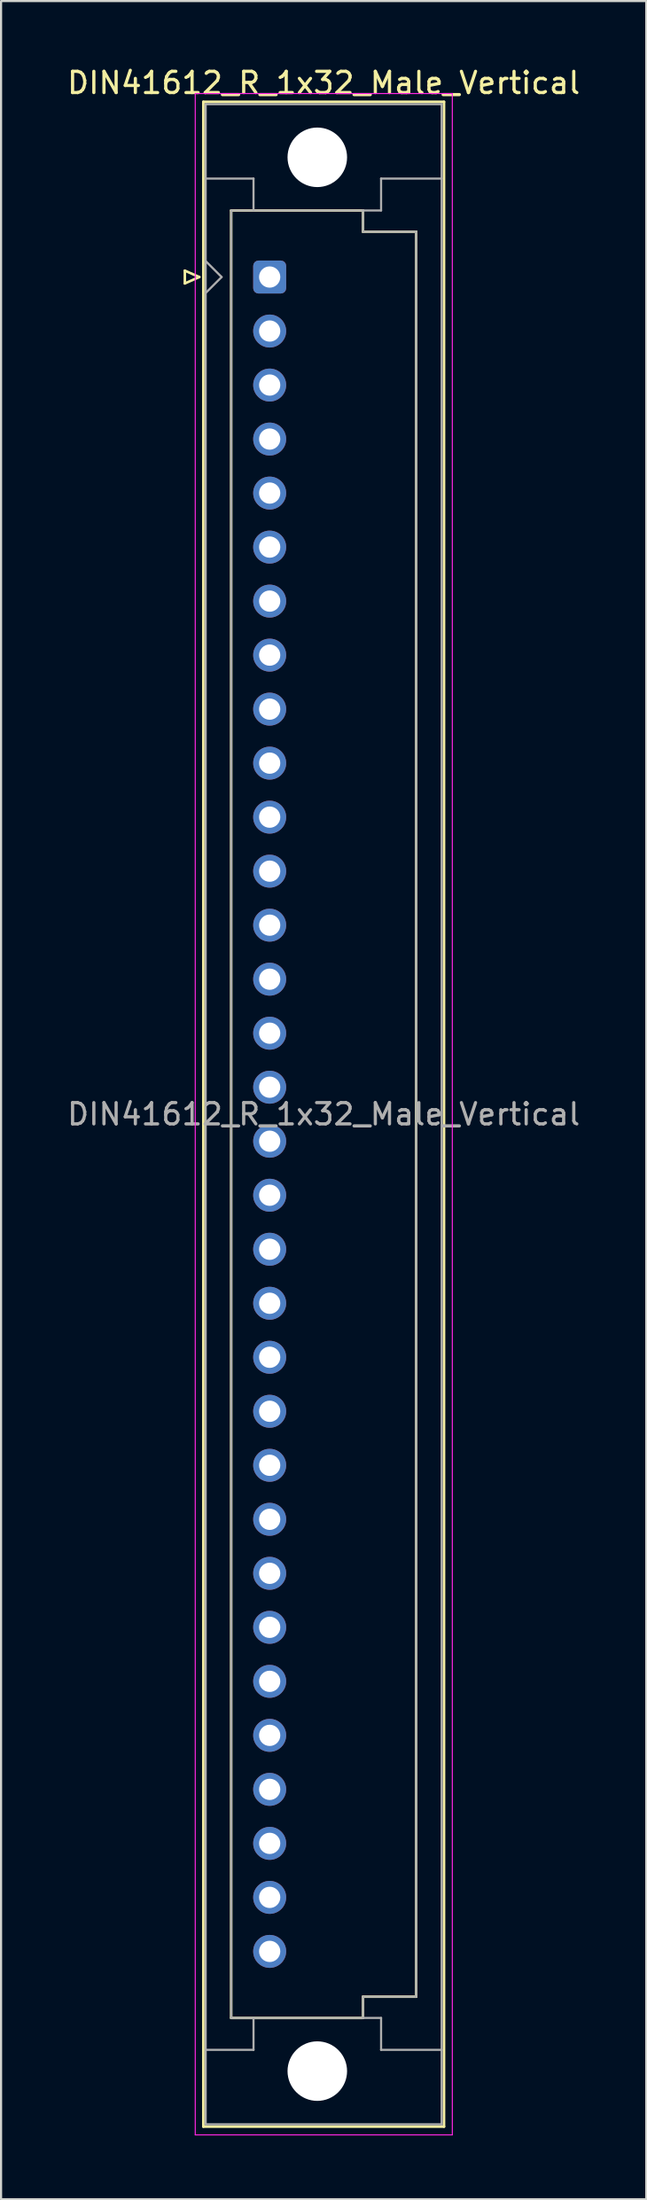
<source format=kicad_pcb>
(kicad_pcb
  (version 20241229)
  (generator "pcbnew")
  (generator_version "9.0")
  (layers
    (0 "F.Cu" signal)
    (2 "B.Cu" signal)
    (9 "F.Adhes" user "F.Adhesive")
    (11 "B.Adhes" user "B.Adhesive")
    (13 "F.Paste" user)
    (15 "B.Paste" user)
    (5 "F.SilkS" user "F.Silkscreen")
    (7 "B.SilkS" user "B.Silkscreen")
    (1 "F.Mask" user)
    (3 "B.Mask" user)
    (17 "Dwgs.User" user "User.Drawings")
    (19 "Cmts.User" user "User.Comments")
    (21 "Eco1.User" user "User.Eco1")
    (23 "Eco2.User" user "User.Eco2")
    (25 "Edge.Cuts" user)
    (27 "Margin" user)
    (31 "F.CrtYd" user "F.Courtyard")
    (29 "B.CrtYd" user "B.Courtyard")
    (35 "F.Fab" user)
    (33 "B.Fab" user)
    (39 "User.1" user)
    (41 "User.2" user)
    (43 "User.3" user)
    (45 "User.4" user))
  (footprint "DIN41612_R_1x32_Male_Vertical"
    (layer "F.Cu")
    (at 9.633 9.978)
    (property "Reference" "DIN41612_R_1x32_Male_Vertical" (at 2.54 -9.13 0) (layer "F.SilkS") (effects (font (size 1 1) (thickness 0.15))))
    (attr through_hole)
    (fp_line (start -3.99 -0.3) (end -3.99 0.3) (stroke (width 0.12) (type solid)) (layer "F.SilkS"))
    (fp_line (start -3.99 0.3) (end -3.31 0) (stroke (width 0.12) (type solid)) (layer "F.SilkS"))
    (fp_line (start -3.31 0) (end -3.99 -0.3) (stroke (width 0.12) (type solid)) (layer "F.SilkS"))
    (fp_line (start -3.12 -8.24) (end 8.2 -8.24) (stroke (width 0.12) (type solid)) (layer "F.SilkS"))
    (fp_line (start -3.12 86.98) (end -3.12 -8.24) (stroke (width 0.12) (type solid)) (layer "F.SilkS"))
    (fp_line (start -1.81 -3.13) (end 4.39 -3.13) (stroke (width 0.12) (type solid)) (layer "F.SilkS"))
    (fp_line (start -1.81 81.87) (end -1.81 -3.13) (stroke (width 0.12) (type solid)) (layer "F.SilkS"))
    (fp_line (start 4.39 -3.13) (end 4.39 -2.13) (stroke (width 0.12) (type solid)) (layer "F.SilkS"))
    (fp_line (start 4.39 -2.13) (end 6.89 -2.13) (stroke (width 0.12) (type solid)) (layer "F.SilkS"))
    (fp_line (start 4.39 80.87) (end 4.39 81.87) (stroke (width 0.12) (type solid)) (layer "F.SilkS"))
    (fp_line (start 4.39 81.87) (end -1.81 81.87) (stroke (width 0.12) (type solid)) (layer "F.SilkS"))
    (fp_line (start 6.89 -2.13) (end 6.89 80.87) (stroke (width 0.12) (type solid)) (layer "F.SilkS"))
    (fp_line (start 6.89 80.87) (end 4.39 80.87) (stroke (width 0.12) (type solid)) (layer "F.SilkS"))
    (fp_line (start 8.2 -8.24) (end 8.2 86.98) (stroke (width 0.12) (type solid)) (layer "F.SilkS"))
    (fp_line (start 8.2 86.98) (end -3.12 86.98) (stroke (width 0.12) (type solid)) (layer "F.SilkS"))
    (fp_line (start -3.5 -8.63) (end 8.59 -8.63) (stroke (width 0.05) (type solid)) (layer "F.CrtYd"))
    (fp_line (start -3.5 87.37) (end -3.5 -8.63) (stroke (width 0.05) (type solid)) (layer "F.CrtYd"))
    (fp_line (start 8.59 -8.63) (end 8.59 87.37) (stroke (width 0.05) (type solid)) (layer "F.CrtYd"))
    (fp_line (start 8.59 87.37) (end -3.5 87.37) (stroke (width 0.05) (type solid)) (layer "F.CrtYd"))
    (fp_line (start -3.01 -8.13) (end 8.09 -8.13) (stroke (width 0.1) (type solid)) (layer "F.Fab"))
    (fp_line (start -3.01 -4.63) (end -0.76 -4.63) (stroke (width 0.1) (type solid)) (layer "F.Fab"))
    (fp_line (start -3.01 -0.75) (end -2.26 0) (stroke (width 0.1) (type solid)) (layer "F.Fab"))
    (fp_line (start -3.01 83.37) (end -0.76 83.37) (stroke (width 0.1) (type solid)) (layer "F.Fab"))
    (fp_line (start -3.01 86.87) (end -3.01 -8.13) (stroke (width 0.1) (type solid)) (layer "F.Fab"))
    (fp_line (start -2.26 0) (end -3.01 0.75) (stroke (width 0.1) (type solid)) (layer "F.Fab"))
    (fp_line (start -1.81 -3.13) (end 4.39 -3.13) (stroke (width 0.1) (type solid)) (layer "F.Fab"))
    (fp_line (start -1.81 81.87) (end -1.81 -3.13) (stroke (width 0.1) (type solid)) (layer "F.Fab"))
    (fp_line (start -0.76 -4.63) (end -0.76 -3.13) (stroke (width 0.1) (type solid)) (layer "F.Fab"))
    (fp_line (start -0.76 83.37) (end -0.76 81.87) (stroke (width 0.1) (type solid)) (layer "F.Fab"))
    (fp_line (start 4.39 -3.13) (end 4.39 -2.13) (stroke (width 0.1) (type solid)) (layer "F.Fab"))
    (fp_line (start 4.39 -3.13) (end 5.24 -3.13) (stroke (width 0.1) (type solid)) (layer "F.Fab"))
    (fp_line (start 4.39 -2.13) (end 6.89 -2.13) (stroke (width 0.1) (type solid)) (layer "F.Fab"))
    (fp_line (start 4.39 80.87) (end 4.39 81.87) (stroke (width 0.1) (type solid)) (layer "F.Fab"))
    (fp_line (start 4.39 81.87) (end -1.81 81.87) (stroke (width 0.1) (type solid)) (layer "F.Fab"))
    (fp_line (start 4.39 81.87) (end 5.24 81.87) (stroke (width 0.1) (type solid)) (layer "F.Fab"))
    (fp_line (start 5.24 -4.63) (end 8.09 -4.63) (stroke (width 0.1) (type solid)) (layer "F.Fab"))
    (fp_line (start 5.24 -3.13) (end 5.24 -4.63) (stroke (width 0.1) (type solid)) (layer "F.Fab"))
    (fp_line (start 5.24 81.87) (end 5.24 83.37) (stroke (width 0.1) (type solid)) (layer "F.Fab"))
    (fp_line (start 5.24 83.37) (end 8.09 83.37) (stroke (width 0.1) (type solid)) (layer "F.Fab"))
    (fp_line (start 6.89 -2.13) (end 6.89 80.87) (stroke (width 0.1) (type solid)) (layer "F.Fab"))
    (fp_line (start 6.89 80.87) (end 4.39 80.87) (stroke (width 0.1) (type solid)) (layer "F.Fab"))
    (fp_line (start 8.09 -8.13) (end 8.09 86.87) (stroke (width 0.1) (type solid)) (layer "F.Fab"))
    (fp_line (start 8.09 86.87) (end -3.01 86.87) (stroke (width 0.1) (type solid)) (layer "F.Fab"))
    (fp_text user "${REFERENCE}" (at 2.54 39.37 0) (layer "F.Fab") (effects (font (size 1 1) (thickness 0.15))))
    (pad "" np_thru_hole circle (at 2.24 -5.63) (size 2.8 2.8) (drill 2.8) (layers "*.Cu" "*.Mask"))
    (pad "" np_thru_hole circle (at 2.24 84.37) (size 2.8 2.8) (drill 2.8) (layers "*.Cu" "*.Mask"))
    (pad "a1" thru_hole roundrect (at 0 0) (size 1.55 1.55) (drill 1) (layers "*.Cu" "*.Mask") (roundrect_rratio 0.161))
    (pad "a2" thru_hole circle (at 0 2.54) (size 1.55 1.55) (drill 1) (layers "*.Cu" "*.Mask"))
    (pad "a3" thru_hole circle (at 0 5.08) (size 1.55 1.55) (drill 1) (layers "*.Cu" "*.Mask"))
    (pad "a4" thru_hole circle (at 0 7.62) (size 1.55 1.55) (drill 1) (layers "*.Cu" "*.Mask"))
    (pad "a5" thru_hole circle (at 0 10.16) (size 1.55 1.55) (drill 1) (layers "*.Cu" "*.Mask"))
    (pad "a6" thru_hole circle (at 0 12.7) (size 1.55 1.55) (drill 1) (layers "*.Cu" "*.Mask"))
    (pad "a7" thru_hole circle (at 0 15.24) (size 1.55 1.55) (drill 1) (layers "*.Cu" "*.Mask"))
    (pad "a8" thru_hole circle (at 0 17.78) (size 1.55 1.55) (drill 1) (layers "*.Cu" "*.Mask"))
    (pad "a9" thru_hole circle (at 0 20.32) (size 1.55 1.55) (drill 1) (layers "*.Cu" "*.Mask"))
    (pad "a10" thru_hole circle (at 0 22.86) (size 1.55 1.55) (drill 1) (layers "*.Cu" "*.Mask"))
    (pad "a11" thru_hole circle (at 0 25.4) (size 1.55 1.55) (drill 1) (layers "*.Cu" "*.Mask"))
    (pad "a12" thru_hole circle (at 0 27.94) (size 1.55 1.55) (drill 1) (layers "*.Cu" "*.Mask"))
    (pad "a13" thru_hole circle (at 0 30.48) (size 1.55 1.55) (drill 1) (layers "*.Cu" "*.Mask"))
    (pad "a14" thru_hole circle (at 0 33.02) (size 1.55 1.55) (drill 1) (layers "*.Cu" "*.Mask"))
    (pad "a15" thru_hole circle (at 0 35.56) (size 1.55 1.55) (drill 1) (layers "*.Cu" "*.Mask"))
    (pad "a16" thru_hole circle (at 0 38.1) (size 1.55 1.55) (drill 1) (layers "*.Cu" "*.Mask"))
    (pad "a17" thru_hole circle (at 0 40.64) (size 1.55 1.55) (drill 1) (layers "*.Cu" "*.Mask"))
    (pad "a18" thru_hole circle (at 0 43.18) (size 1.55 1.55) (drill 1) (layers "*.Cu" "*.Mask"))
    (pad "a19" thru_hole circle (at 0 45.72) (size 1.55 1.55) (drill 1) (layers "*.Cu" "*.Mask"))
    (pad "a20" thru_hole circle (at 0 48.26) (size 1.55 1.55) (drill 1) (layers "*.Cu" "*.Mask"))
    (pad "a21" thru_hole circle (at 0 50.8) (size 1.55 1.55) (drill 1) (layers "*.Cu" "*.Mask"))
    (pad "a22" thru_hole circle (at 0 53.34) (size 1.55 1.55) (drill 1) (layers "*.Cu" "*.Mask"))
    (pad "a23" thru_hole circle (at 0 55.88) (size 1.55 1.55) (drill 1) (layers "*.Cu" "*.Mask"))
    (pad "a24" thru_hole circle (at 0 58.42) (size 1.55 1.55) (drill 1) (layers "*.Cu" "*.Mask"))
    (pad "a25" thru_hole circle (at 0 60.96) (size 1.55 1.55) (drill 1) (layers "*.Cu" "*.Mask"))
    (pad "a26" thru_hole circle (at 0 63.5) (size 1.55 1.55) (drill 1) (layers "*.Cu" "*.Mask"))
    (pad "a27" thru_hole circle (at 0 66.04) (size 1.55 1.55) (drill 1) (layers "*.Cu" "*.Mask"))
    (pad "a28" thru_hole circle (at 0 68.58) (size 1.55 1.55) (drill 1) (layers "*.Cu" "*.Mask"))
    (pad "a29" thru_hole circle (at 0 71.12) (size 1.55 1.55) (drill 1) (layers "*.Cu" "*.Mask"))
    (pad "a30" thru_hole circle (at 0 73.66) (size 1.55 1.55) (drill 1) (layers "*.Cu" "*.Mask"))
    (pad "a31" thru_hole circle (at 0 76.2) (size 1.55 1.55) (drill 1) (layers "*.Cu" "*.Mask"))
    (pad "a32" thru_hole circle (at 0 78.74) (size 1.55 1.55) (drill 1) (layers "*.Cu" "*.Mask")))
  (gr_rect
    (start -3 -3)
    (end 27.345 100.373)
    (stroke (width 0.1) (type default))
    (fill no)
    (layer "Edge.Cuts")))
</source>
